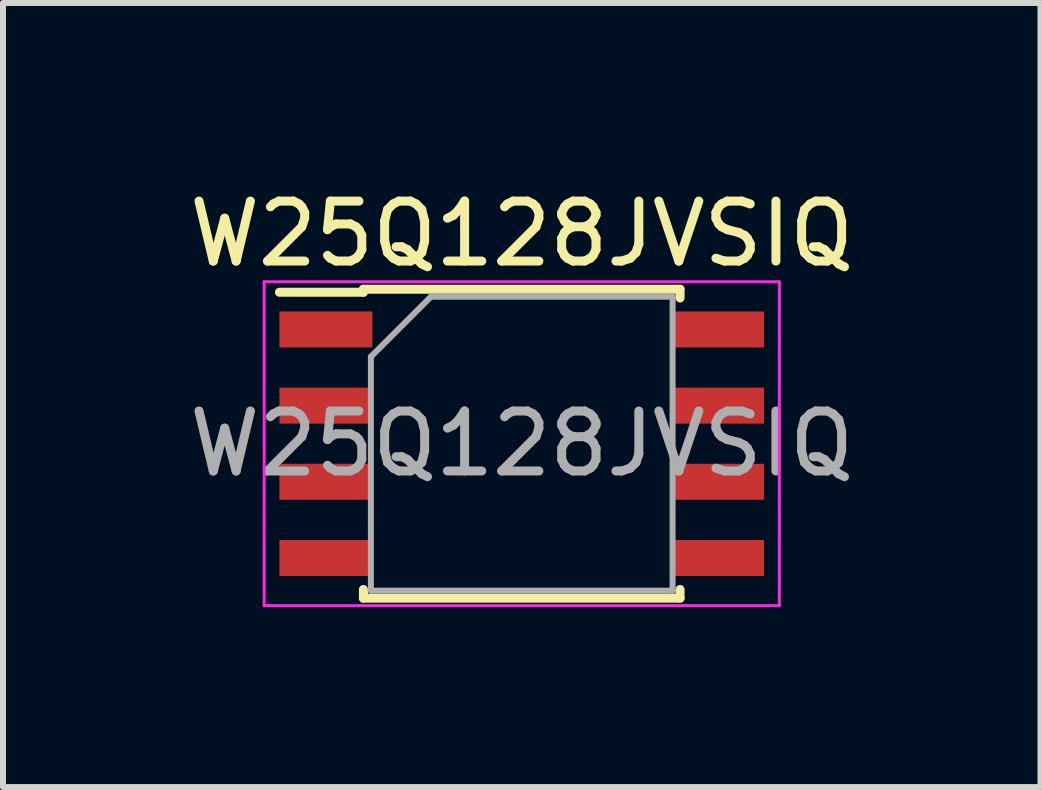
<source format=kicad_pcb>
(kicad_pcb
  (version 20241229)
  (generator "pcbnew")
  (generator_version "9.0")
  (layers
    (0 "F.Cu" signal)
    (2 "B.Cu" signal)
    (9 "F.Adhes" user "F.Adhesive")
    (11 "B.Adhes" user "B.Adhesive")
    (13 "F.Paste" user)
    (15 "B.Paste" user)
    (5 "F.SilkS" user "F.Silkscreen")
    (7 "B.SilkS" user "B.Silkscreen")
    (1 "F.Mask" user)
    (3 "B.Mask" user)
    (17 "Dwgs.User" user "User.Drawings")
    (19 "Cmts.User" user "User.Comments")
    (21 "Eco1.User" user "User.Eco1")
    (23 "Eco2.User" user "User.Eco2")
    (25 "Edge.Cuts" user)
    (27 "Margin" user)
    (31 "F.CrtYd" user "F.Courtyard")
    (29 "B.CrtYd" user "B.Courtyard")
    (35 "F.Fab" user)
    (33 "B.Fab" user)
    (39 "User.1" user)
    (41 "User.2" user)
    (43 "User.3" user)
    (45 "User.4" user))
  (footprint "W25Q128JVSIQ"
    (layer "F.Cu")
    (at 5.649 4.348)
    (property "Reference" "W25Q128JVSIQ" (at 0 -3.5 0) (layer "F.SilkS") (effects (font (size 1 1) (thickness 0.15))))
    (attr smd)
    (fp_line (start -2.64 -2.575) (end -2.64 -2.525) (stroke (width 0.15) (type solid)) (layer "F.SilkS"))
    (fp_line (start -2.64 -2.575) (end 2.64 -2.575) (stroke (width 0.15) (type solid)) (layer "F.SilkS"))
    (fp_line (start -2.64 -2.525) (end -4.04 -2.525) (stroke (width 0.15) (type solid)) (layer "F.SilkS"))
    (fp_line (start -2.64 2.575) (end -2.64 2.43) (stroke (width 0.15) (type solid)) (layer "F.SilkS"))
    (fp_line (start -2.64 2.575) (end 2.64 2.575) (stroke (width 0.15) (type solid)) (layer "F.SilkS"))
    (fp_line (start 2.64 -2.575) (end 2.64 -2.43) (stroke (width 0.15) (type solid)) (layer "F.SilkS"))
    (fp_line (start 2.64 2.575) (end 2.64 2.43) (stroke (width 0.15) (type solid)) (layer "F.SilkS"))
    (fp_line (start -4.295 -2.7) (end -4.295 2.7) (stroke (width 0.05) (type solid)) (layer "F.CrtYd"))
    (fp_line (start -4.295 -2.7) (end 4.295 -2.7) (stroke (width 0.05) (type solid)) (layer "F.CrtYd"))
    (fp_line (start -4.295 2.7) (end 4.295 2.7) (stroke (width 0.05) (type solid)) (layer "F.CrtYd"))
    (fp_line (start 4.295 -2.7) (end 4.295 2.7) (stroke (width 0.05) (type solid)) (layer "F.CrtYd"))
    (fp_line (start -2.515 -1.45) (end -1.515 -2.45) (stroke (width 0.1) (type solid)) (layer "F.Fab"))
    (fp_line (start -2.515 2.45) (end -2.515 -1.45) (stroke (width 0.1) (type solid)) (layer "F.Fab"))
    (fp_line (start -1.515 -2.45) (end 2.515 -2.45) (stroke (width 0.1) (type solid)) (layer "F.Fab"))
    (fp_line (start 2.515 -2.45) (end 2.515 2.45) (stroke (width 0.1) (type solid)) (layer "F.Fab"))
    (fp_line (start 2.515 2.45) (end -2.515 2.45) (stroke (width 0.1) (type solid)) (layer "F.Fab"))
    (fp_text user "${REFERENCE}" (at 0 0 0) (layer "F.Fab") (effects (font (size 1 1) (thickness 0.15))))
    (pad "1" smd rect (at -3.265 -1.905) (size 1.55 0.6) (layers "F.Cu" "F.Mask" "F.Paste"))
    (pad "2" smd rect (at -3.265 -0.635) (size 1.55 0.6) (layers "F.Cu" "F.Mask" "F.Paste"))
    (pad "3" smd rect (at -3.265 0.635) (size 1.55 0.6) (layers "F.Cu" "F.Mask" "F.Paste"))
    (pad "4" smd rect (at -3.265 1.905) (size 1.55 0.6) (layers "F.Cu" "F.Mask" "F.Paste"))
    (pad "5" smd rect (at 3.265 1.905) (size 1.55 0.6) (layers "F.Cu" "F.Mask" "F.Paste"))
    (pad "6" smd rect (at 3.265 0.635) (size 1.55 0.6) (layers "F.Cu" "F.Mask" "F.Paste"))
    (pad "7" smd rect (at 3.265 -0.635) (size 1.55 0.6) (layers "F.Cu" "F.Mask" "F.Paste"))
    (pad "8" smd rect (at 3.265 -1.905) (size 1.55 0.6) (layers "F.Cu" "F.Mask" "F.Paste")))
  (gr_rect
    (start -3 -3)
    (end 14.298 10.073)
    (stroke (width 0.1) (type default))
    (fill no)
    (layer "Edge.Cuts")))
</source>
